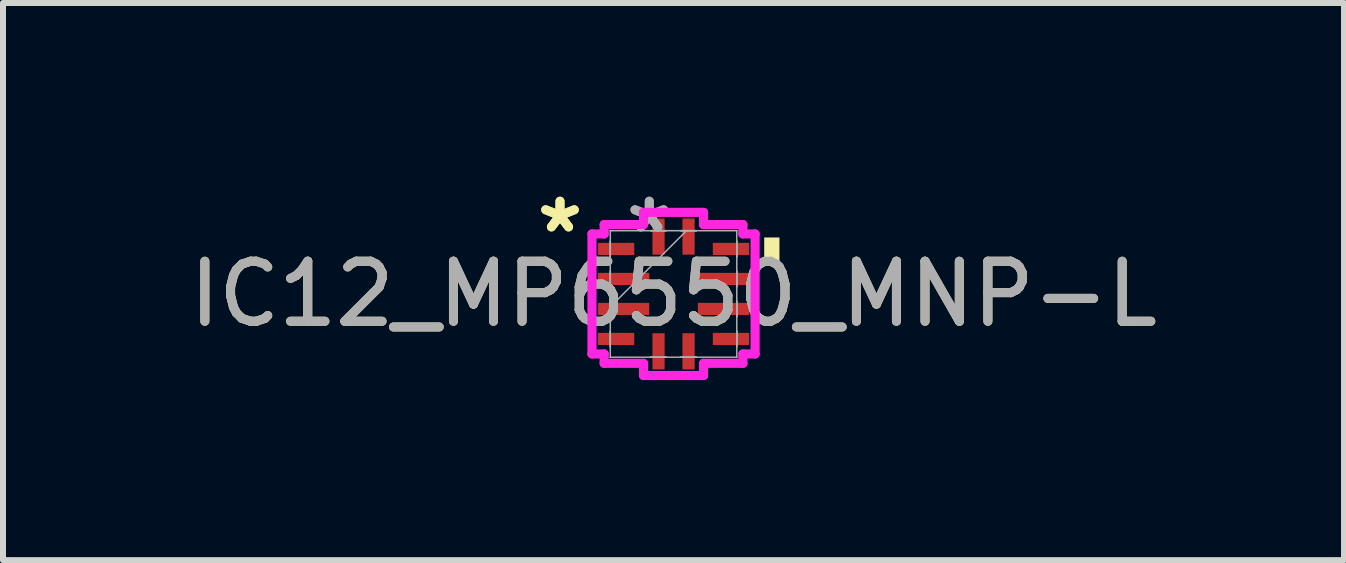
<source format=kicad_pcb>
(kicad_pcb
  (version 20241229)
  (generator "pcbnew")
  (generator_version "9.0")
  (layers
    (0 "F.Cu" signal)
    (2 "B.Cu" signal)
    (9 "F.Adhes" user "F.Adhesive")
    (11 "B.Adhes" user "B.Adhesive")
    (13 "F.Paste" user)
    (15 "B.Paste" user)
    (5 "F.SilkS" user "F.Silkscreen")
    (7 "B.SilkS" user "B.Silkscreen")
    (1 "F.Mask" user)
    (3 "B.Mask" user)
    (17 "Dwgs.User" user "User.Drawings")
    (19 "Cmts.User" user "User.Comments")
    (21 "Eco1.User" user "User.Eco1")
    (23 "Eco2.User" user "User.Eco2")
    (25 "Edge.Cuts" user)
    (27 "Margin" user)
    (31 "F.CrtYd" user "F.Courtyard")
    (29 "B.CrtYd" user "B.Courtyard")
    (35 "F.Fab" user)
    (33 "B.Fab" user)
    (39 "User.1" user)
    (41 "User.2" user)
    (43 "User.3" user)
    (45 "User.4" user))
  (footprint "IC12_MP6550_MNP-L"
    (layer "F.Cu")
    (at 8.173 1.848)
    (property "Reference" "IC12_MP6550_MNP-L" (at 0 0 0) (unlocked yes) (layer "F.SilkS") (effects (font (size 1 1) (thickness 0.15))))
    (attr smd)
    (fp_poly (pts (xy 1.765 -0.941) (xy 1.765 -0.56) (xy 1.511 -0.56) (xy 1.511 -0.941)) (stroke (width 0) (type solid)) (fill yes) (layer "F.SilkS"))
    (fp_line (start -1.359 -1) (end -1.156 -1) (stroke (width 0.152) (type solid)) (layer "F.CrtYd"))
    (fp_line (start -1.359 1) (end -1.359 -1) (stroke (width 0.152) (type solid)) (layer "F.CrtYd"))
    (fp_line (start -1.156 -1.156) (end -0.5 -1.156) (stroke (width 0.152) (type solid)) (layer "F.CrtYd"))
    (fp_line (start -1.156 -1) (end -1.156 -1.156) (stroke (width 0.152) (type solid)) (layer "F.CrtYd"))
    (fp_line (start -1.156 1) (end -1.359 1) (stroke (width 0.152) (type solid)) (layer "F.CrtYd"))
    (fp_line (start -1.156 1.156) (end -1.156 1) (stroke (width 0.152) (type solid)) (layer "F.CrtYd"))
    (fp_line (start -0.5 -1.359) (end 0.5 -1.359) (stroke (width 0.152) (type solid)) (layer "F.CrtYd"))
    (fp_line (start -0.5 -1.156) (end -0.5 -1.359) (stroke (width 0.152) (type solid)) (layer "F.CrtYd"))
    (fp_line (start -0.5 1.156) (end -1.156 1.156) (stroke (width 0.152) (type solid)) (layer "F.CrtYd"))
    (fp_line (start -0.5 1.359) (end -0.5 1.156) (stroke (width 0.152) (type solid)) (layer "F.CrtYd"))
    (fp_line (start 0.5 -1.359) (end 0.5 -1.156) (stroke (width 0.152) (type solid)) (layer "F.CrtYd"))
    (fp_line (start 0.5 -1.156) (end 1.156 -1.156) (stroke (width 0.152) (type solid)) (layer "F.CrtYd"))
    (fp_line (start 0.5 1.156) (end 0.5 1.359) (stroke (width 0.152) (type solid)) (layer "F.CrtYd"))
    (fp_line (start 0.5 1.359) (end -0.5 1.359) (stroke (width 0.152) (type solid)) (layer "F.CrtYd"))
    (fp_line (start 1.156 -1.156) (end 1.156 -1) (stroke (width 0.152) (type solid)) (layer "F.CrtYd"))
    (fp_line (start 1.156 -1) (end 1.359 -1) (stroke (width 0.152) (type solid)) (layer "F.CrtYd"))
    (fp_line (start 1.156 1) (end 1.156 1.156) (stroke (width 0.152) (type solid)) (layer "F.CrtYd"))
    (fp_line (start 1.156 1.156) (end 0.5 1.156) (stroke (width 0.152) (type solid)) (layer "F.CrtYd"))
    (fp_line (start 1.359 -1) (end 1.359 1) (stroke (width 0.152) (type solid)) (layer "F.CrtYd"))
    (fp_line (start 1.359 1) (end 1.156 1) (stroke (width 0.152) (type solid)) (layer "F.CrtYd"))
    (fp_line (start -1.054 -1.054) (end -1.054 -1.054) (stroke (width 0.025) (type solid)) (layer "F.Fab"))
    (fp_line (start -1.054 -1.054) (end -1.054 1.054) (stroke (width 0.025) (type solid)) (layer "F.Fab"))
    (fp_line (start -1.054 -0.877) (end -1.054 -0.877) (stroke (width 0.025) (type solid)) (layer "F.Fab"))
    (fp_line (start -1.054 -0.877) (end -1.054 -0.623) (stroke (width 0.025) (type solid)) (layer "F.Fab"))
    (fp_line (start -1.054 -0.623) (end -1.054 -0.877) (stroke (width 0.025) (type solid)) (layer "F.Fab"))
    (fp_line (start -1.054 -0.623) (end -1.054 -0.623) (stroke (width 0.025) (type solid)) (layer "F.Fab"))
    (fp_line (start -1.054 -0.377) (end -1.054 -0.377) (stroke (width 0.025) (type solid)) (layer "F.Fab"))
    (fp_line (start -1.054 -0.377) (end -1.054 -0.123) (stroke (width 0.025) (type solid)) (layer "F.Fab"))
    (fp_line (start -1.054 -0.123) (end -1.054 -0.377) (stroke (width 0.025) (type solid)) (layer "F.Fab"))
    (fp_line (start -1.054 -0.123) (end -1.054 -0.123) (stroke (width 0.025) (type solid)) (layer "F.Fab"))
    (fp_line (start -1.054 0.123) (end -1.054 0.123) (stroke (width 0.025) (type solid)) (layer "F.Fab"))
    (fp_line (start -1.054 0.123) (end -1.054 0.377) (stroke (width 0.025) (type solid)) (layer "F.Fab"))
    (fp_line (start -1.054 0.216) (end 0.216 -1.054) (stroke (width 0.025) (type solid)) (layer "F.Fab"))
    (fp_line (start -1.054 0.377) (end -1.054 0.123) (stroke (width 0.025) (type solid)) (layer "F.Fab"))
    (fp_line (start -1.054 0.377) (end -1.054 0.377) (stroke (width 0.025) (type solid)) (layer "F.Fab"))
    (fp_line (start -1.054 0.623) (end -1.054 0.623) (stroke (width 0.025) (type solid)) (layer "F.Fab"))
    (fp_line (start -1.054 0.623) (end -1.054 0.877) (stroke (width 0.025) (type solid)) (layer "F.Fab"))
    (fp_line (start -1.054 0.877) (end -1.054 0.623) (stroke (width 0.025) (type solid)) (layer "F.Fab"))
    (fp_line (start -1.054 0.877) (end -1.054 0.877) (stroke (width 0.025) (type solid)) (layer "F.Fab"))
    (fp_line (start -1.054 1.054) (end -1.054 1.054) (stroke (width 0.025) (type solid)) (layer "F.Fab"))
    (fp_line (start -1.054 1.054) (end 1.054 1.054) (stroke (width 0.025) (type solid)) (layer "F.Fab"))
    (fp_line (start -0.377 -1.054) (end -0.377 -1.054) (stroke (width 0.025) (type solid)) (layer "F.Fab"))
    (fp_line (start -0.377 -1.054) (end -0.123 -1.054) (stroke (width 0.025) (type solid)) (layer "F.Fab"))
    (fp_line (start -0.377 1.054) (end -0.377 1.054) (stroke (width 0.025) (type solid)) (layer "F.Fab"))
    (fp_line (start -0.377 1.054) (end -0.123 1.054) (stroke (width 0.025) (type solid)) (layer "F.Fab"))
    (fp_line (start -0.123 -1.054) (end -0.377 -1.054) (stroke (width 0.025) (type solid)) (layer "F.Fab"))
    (fp_line (start -0.123 -1.054) (end -0.123 -1.054) (stroke (width 0.025) (type solid)) (layer "F.Fab"))
    (fp_line (start -0.123 1.054) (end -0.377 1.054) (stroke (width 0.025) (type solid)) (layer "F.Fab"))
    (fp_line (start -0.123 1.054) (end -0.123 1.054) (stroke (width 0.025) (type solid)) (layer "F.Fab"))
    (fp_line (start 0.123 -1.054) (end 0.123 -1.054) (stroke (width 0.025) (type solid)) (layer "F.Fab"))
    (fp_line (start 0.123 -1.054) (end 0.377 -1.054) (stroke (width 0.025) (type solid)) (layer "F.Fab"))
    (fp_line (start 0.123 1.054) (end 0.123 1.054) (stroke (width 0.025) (type solid)) (layer "F.Fab"))
    (fp_line (start 0.123 1.054) (end 0.377 1.054) (stroke (width 0.025) (type solid)) (layer "F.Fab"))
    (fp_line (start 0.377 -1.054) (end 0.123 -1.054) (stroke (width 0.025) (type solid)) (layer "F.Fab"))
    (fp_line (start 0.377 -1.054) (end 0.377 -1.054) (stroke (width 0.025) (type solid)) (layer "F.Fab"))
    (fp_line (start 0.377 1.054) (end 0.123 1.054) (stroke (width 0.025) (type solid)) (layer "F.Fab"))
    (fp_line (start 0.377 1.054) (end 0.377 1.054) (stroke (width 0.025) (type solid)) (layer "F.Fab"))
    (fp_line (start 1.054 -1.054) (end -1.054 -1.054) (stroke (width 0.025) (type solid)) (layer "F.Fab"))
    (fp_line (start 1.054 -1.054) (end 1.054 -1.054) (stroke (width 0.025) (type solid)) (layer "F.Fab"))
    (fp_line (start 1.054 -0.877) (end 1.054 -0.877) (stroke (width 0.025) (type solid)) (layer "F.Fab"))
    (fp_line (start 1.054 -0.877) (end 1.054 -0.623) (stroke (width 0.025) (type solid)) (layer "F.Fab"))
    (fp_line (start 1.054 -0.623) (end 1.054 -0.877) (stroke (width 0.025) (type solid)) (layer "F.Fab"))
    (fp_line (start 1.054 -0.623) (end 1.054 -0.623) (stroke (width 0.025) (type solid)) (layer "F.Fab"))
    (fp_line (start 1.054 -0.377) (end 1.054 -0.377) (stroke (width 0.025) (type solid)) (layer "F.Fab"))
    (fp_line (start 1.054 -0.377) (end 1.054 -0.123) (stroke (width 0.025) (type solid)) (layer "F.Fab"))
    (fp_line (start 1.054 -0.123) (end 1.054 -0.377) (stroke (width 0.025) (type solid)) (layer "F.Fab"))
    (fp_line (start 1.054 -0.123) (end 1.054 -0.123) (stroke (width 0.025) (type solid)) (layer "F.Fab"))
    (fp_line (start 1.054 0.123) (end 1.054 0.123) (stroke (width 0.025) (type solid)) (layer "F.Fab"))
    (fp_line (start 1.054 0.123) (end 1.054 0.377) (stroke (width 0.025) (type solid)) (layer "F.Fab"))
    (fp_line (start 1.054 0.377) (end 1.054 0.123) (stroke (width 0.025) (type solid)) (layer "F.Fab"))
    (fp_line (start 1.054 0.377) (end 1.054 0.377) (stroke (width 0.025) (type solid)) (layer "F.Fab"))
    (fp_line (start 1.054 0.623) (end 1.054 0.623) (stroke (width 0.025) (type solid)) (layer "F.Fab"))
    (fp_line (start 1.054 0.623) (end 1.054 0.877) (stroke (width 0.025) (type solid)) (layer "F.Fab"))
    (fp_line (start 1.054 0.877) (end 1.054 0.623) (stroke (width 0.025) (type solid)) (layer "F.Fab"))
    (fp_line (start 1.054 0.877) (end 1.054 0.877) (stroke (width 0.025) (type solid)) (layer "F.Fab"))
    (fp_line (start 1.054 1.054) (end 1.054 -1.054) (stroke (width 0.025) (type solid)) (layer "F.Fab"))
    (fp_line (start 1.054 1.054) (end 1.054 1.054) (stroke (width 0.025) (type solid)) (layer "F.Fab"))
    (fp_text user "*" (at -1.892 -1 0) (layer "F.SilkS") (effects (font (size 1 1) (thickness 0.15))))
    (fp_text user "*" (at -1.892 -1 0) (unlocked yes) (layer "F.SilkS") (effects (font (size 1 1) (thickness 0.15))))
    (fp_text user "*" (at -0.404 -1 0) (unlocked yes) (layer "F.Fab") (effects (font (size 1 1) (thickness 0.15))))
    (fp_text user "*" (at -0.404 -1 0) (layer "F.Fab") (effects (font (size 1 1) (thickness 0.15))))
    (fp_text user "${REFERENCE}" (at 0 0 0) (unlocked yes) (layer "F.Fab") (effects (font (size 1 1) (thickness 0.15))))
    (pad "1" smd rect (at -0.956 -0.75 90) (size 0.203 0.603) (layers "F.Cu" "F.Mask" "F.Paste"))
    (pad "2" smd rect (at -0.831 -0.25 90) (size 0.203 0.853) (layers "F.Cu" "F.Mask" "F.Paste"))
    (pad "3" smd rect (at -0.831 0.25 90) (size 0.203 0.853) (layers "F.Cu" "F.Mask" "F.Paste"))
    (pad "4" smd rect (at -0.956 0.75 90) (size 0.203 0.603) (layers "F.Cu" "F.Mask" "F.Paste"))
    (pad "5" smd rect (at -0.25 0.956) (size 0.203 0.603) (layers "F.Cu" "F.Mask" "F.Paste"))
    (pad "6" smd rect (at 0.25 0.956) (size 0.203 0.603) (layers "F.Cu" "F.Mask" "F.Paste"))
    (pad "7" smd rect (at 0.956 0.75 90) (size 0.203 0.603) (layers "F.Cu" "F.Mask" "F.Paste"))
    (pad "8" smd rect (at 0.831 0.25 90) (size 0.203 0.853) (layers "F.Cu" "F.Mask" "F.Paste"))
    (pad "9" smd rect (at 0.831 -0.25 90) (size 0.203 0.853) (layers "F.Cu" "F.Mask" "F.Paste"))
    (pad "10" smd rect (at 0.956 -0.75 90) (size 0.203 0.603) (layers "F.Cu" "F.Mask" "F.Paste"))
    (pad "11" smd rect (at 0.25 -0.956) (size 0.203 0.603) (layers "F.Cu" "F.Mask" "F.Paste"))
    (pad "12" smd rect (at -0.25 -0.956) (size 0.203 0.603) (layers "F.Cu" "F.Mask" "F.Paste")))
  (gr_rect
    (start -3 -3)
    (end 19.345 6.283)
    (stroke (width 0.1) (type default))
    (fill no)
    (layer "Edge.Cuts")))
</source>
